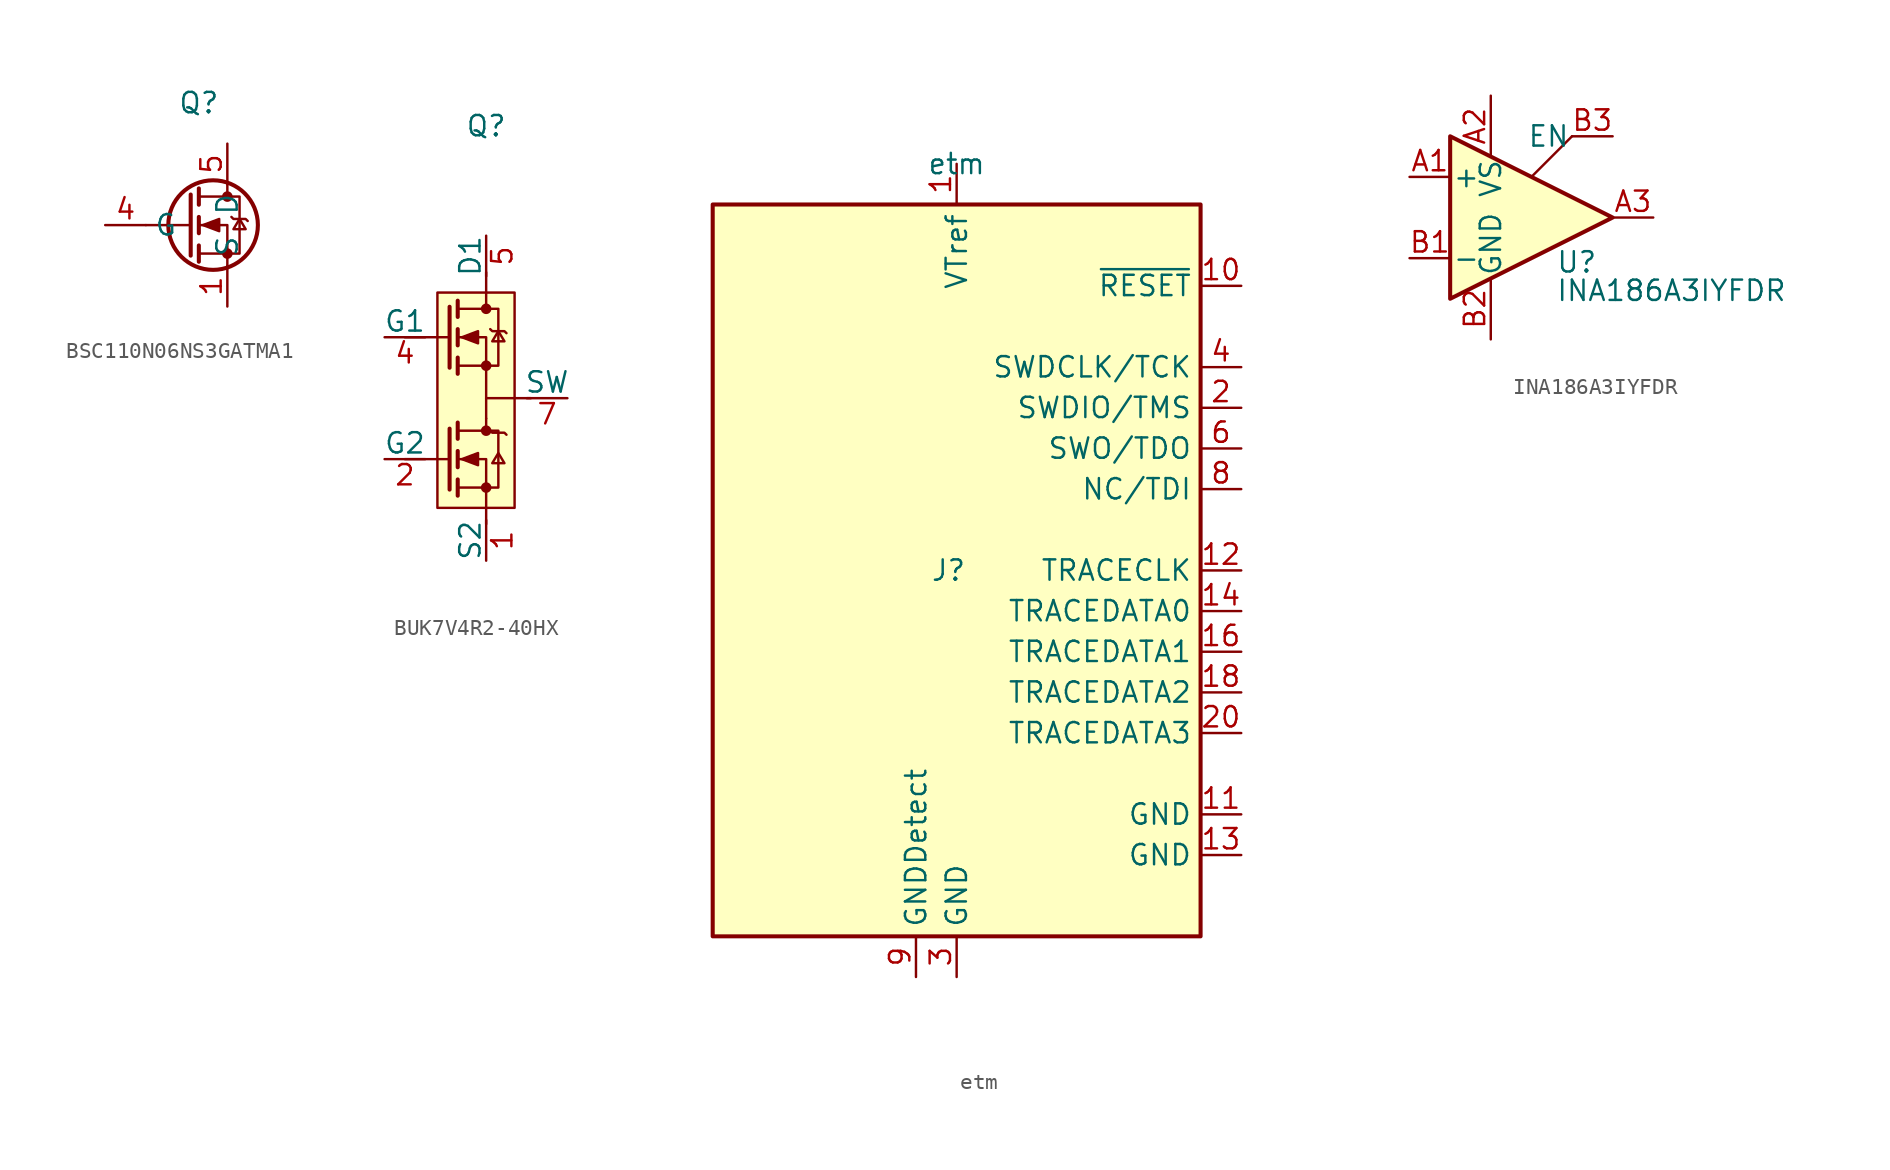
<source format=kicad_sym>
(kicad_symbol_lib
  (version 20241209)
  (generator "kicad_symbol_editor")
  (generator_version "9.0")
  (symbol "BSC110N06NS3GATMA1"
    (property "Reference" "Q"
      (at -1.778 7.62 0)
      (effects (font (size 1.27 1.27))))
    (property "Value" ""
      (at 0 0 0)
      (effects (font (size 1.27 1.27))))
    (symbol "BSC110N06NS3GATMA1_0_1"
      (polyline (pts (xy -2.286 1.905) (xy -2.286 -1.905)) (stroke (width 0.254) (type default)) (fill (type none)))
      (polyline (pts (xy -2.286 0) (xy -5.08 0)) (stroke (width 0) (type default)) (fill (type none)))
      (polyline (pts (xy -1.778 2.286) (xy -1.778 1.27)) (stroke (width 0.254) (type default)) (fill (type none)))
      (polyline (pts (xy -1.778 0.508) (xy -1.778 -0.508)) (stroke (width 0.254) (type default)) (fill (type none)))
      (polyline (pts (xy -1.778 -1.27) (xy -1.778 -2.286)) (stroke (width 0.254) (type default)) (fill (type none)))
      (polyline (pts (xy -1.778 -1.778) (xy 0.762 -1.778) (xy 0.762 1.778) (xy -1.778 1.778)) (stroke (width 0) (type default)) (fill (type none)))
      (polyline (pts (xy -1.524 0) (xy -0.508 0.381) (xy -0.508 -0.381) (xy -1.524 0)) (stroke (width 0) (type default)) (fill (type outline)))
      (circle (center -0.889 0) (radius 2.794) (stroke (width 0.254) (type default)) (fill (type none)))
      (polyline (pts (xy 0 2.54) (xy 0 1.778)) (stroke (width 0) (type default)) (fill (type none)))
      (circle (center 0 1.778) (radius 0.254) (stroke (width 0) (type default)) (fill (type outline)))
      (circle (center 0 -1.778) (radius 0.254) (stroke (width 0) (type default)) (fill (type outline)))
      (polyline (pts (xy 0 -2.54) (xy 0 0) (xy -1.778 0)) (stroke (width 0) (type default)) (fill (type none)))
      (polyline (pts (xy 0.254 0.508) (xy 0.381 0.381) (xy 1.143 0.381) (xy 1.27 0.254)) (stroke (width 0) (type default)) (fill (type none)))
      (polyline (pts (xy 0.762 0.381) (xy 0.381 -0.254) (xy 1.143 -0.254) (xy 0.762 0.381)) (stroke (width 0) (type default)) (fill (type none))))
    (symbol "BSC110N06NS3GATMA1_1_1"
      (pin passive line (at -7.62 0 0) (length 2.54) (name "G" (effects (font (size 1.27 1.27)))) (number "4" (effects (font (size 1.27 1.27)))))
      (pin passive line (at 0 5.08 270) (length 2.54) (name "D" (effects (font (size 1.27 1.27)))) (number "5" (effects (font (size 1.27 1.27)))))
      (pin passive line (at 0 -5.08 90) (length 2.54) (name "S" (effects (font (size 1.27 1.27)))) (number "1" (effects (font (size 1.27 1.27)))))
      (pin passive line (at 0 -5.08 90) (length 2.54) (hide yes) (name "S" (effects (font (size 1.27 1.27)))) (number "2" (effects (font (size 1.27 1.27)))))
      (pin passive line (at 0 -5.08 90) (length 2.54) (hide yes) (name "S" (effects (font (size 1.27 1.27)))) (number "3" (effects (font (size 1.27 1.27)))))))
  (symbol "BUK7V4R2-40HX"
    (pin_names
      (offset 0))
    (property "Reference" "Q"
      (at 0 5.588 0)
      (effects (font (size 1.27 1.27))))
    (property "Value" ""
      (at 0 0 0)
      (effects (font (size 1.27 1.27))))
    (symbol "BUK7V4R2-40HX_0_1"
      (polyline (pts (xy -2.286 -5.715) (xy -2.286 -9.525)) (stroke (width 0.254) (type default)) (fill (type none)))
      (polyline (pts (xy -2.286 -7.62) (xy -5.08 -7.62)) (stroke (width 0) (type default)) (fill (type none)))
      (polyline (pts (xy -2.286 -13.335) (xy -2.286 -17.145)) (stroke (width 0.254) (type default)) (fill (type none)))
      (polyline (pts (xy -2.286 -15.24) (xy -5.08 -15.24)) (stroke (width 0) (type default)) (fill (type none)))
      (polyline (pts (xy -1.778 -5.334) (xy -1.778 -6.35)) (stroke (width 0.254) (type default)) (fill (type none)))
      (polyline (pts (xy -1.778 -7.112) (xy -1.778 -8.128)) (stroke (width 0.254) (type default)) (fill (type none)))
      (polyline (pts (xy -1.778 -8.89) (xy -1.778 -9.906)) (stroke (width 0.254) (type default)) (fill (type none)))
      (polyline (pts (xy -1.778 -9.398) (xy 0.762 -9.398) (xy 0.762 -5.842) (xy -1.778 -5.842)) (stroke (width 0) (type default)) (fill (type none)))
      (polyline (pts (xy -1.778 -12.954) (xy -1.778 -13.97)) (stroke (width 0.254) (type default)) (fill (type none)))
      (polyline (pts (xy -1.778 -14.732) (xy -1.778 -15.748)) (stroke (width 0.254) (type default)) (fill (type none)))
      (polyline (pts (xy -1.778 -16.51) (xy -1.778 -17.526)) (stroke (width 0.254) (type default)) (fill (type none)))
      (polyline (pts (xy -1.778 -17.018) (xy 0.762 -17.018) (xy 0.762 -13.462) (xy -1.778 -13.462)) (stroke (width 0) (type default)) (fill (type none)))
      (polyline (pts (xy -1.524 -7.62) (xy -0.508 -7.239) (xy -0.508 -8.001) (xy -1.524 -7.62)) (stroke (width 0) (type default)) (fill (type outline)))
      (polyline (pts (xy -1.524 -15.24) (xy -0.508 -14.859) (xy -0.508 -15.621) (xy -1.524 -15.24)) (stroke (width 0) (type default)) (fill (type outline)))
      (polyline (pts (xy 0 -3.556) (xy 0 -5.842)) (stroke (width 0) (type default)) (fill (type none)))
      (circle (center 0 -5.842) (radius 0.254) (stroke (width 0) (type default)) (fill (type outline)))
      (circle (center 0 -9.398) (radius 0.254) (stroke (width 0) (type default)) (fill (type outline)))
      (polyline (pts (xy 0 -12.7) (xy 0 -13.462)) (stroke (width 0) (type default)) (fill (type none)))
      (polyline (pts (xy 0 -12.7) (xy 0 -7.62) (xy -1.778 -7.62)) (stroke (width 0) (type default)) (fill (type none)))
      (circle (center 0 -13.462) (radius 0.254) (stroke (width 0) (type default)) (fill (type outline)))
      (circle (center 0 -17.018) (radius 0.254) (stroke (width 0) (type default)) (fill (type outline)))
      (polyline (pts (xy 0 -19.304) (xy 0 -15.24) (xy -1.778 -15.24)) (stroke (width 0) (type default)) (fill (type none)))
      (polyline (pts (xy 0.254 -7.112) (xy 0.381 -7.239) (xy 1.143 -7.239) (xy 1.27 -7.366)) (stroke (width 0) (type default)) (fill (type none)))
      (polyline (pts (xy 0.254 -13.462) (xy 0.381 -13.589) (xy 1.143 -13.589) (xy 1.27 -13.716)) (stroke (width 0) (type default)) (fill (type none)))
      (polyline (pts (xy 0.762 -7.239) (xy 0.381 -7.874) (xy 1.143 -7.874) (xy 0.762 -7.239)) (stroke (width 0) (type default)) (fill (type none)))
      (polyline (pts (xy 0.762 -14.859) (xy 0.381 -15.494) (xy 1.143 -15.494) (xy 0.762 -14.859)) (stroke (width 0) (type default)) (fill (type none)))
      (polyline (pts (xy 2.794 -11.43) (xy 0 -11.43)) (stroke (width 0) (type default)) (fill (type none))))
    (symbol "BUK7V4R2-40HX_1_1"
      (rectangle (start -3.048 -4.826) (end 1.778 -18.288) (stroke (width 0) (type solid)) (fill (type background)))
      (pin input line (at -6.35 -7.62 0) (length 2.54) (name "G1" (effects (font (size 1.27 1.27)))) (number "4" (effects (font (size 1.27 1.27)))))
      (pin input line (at -6.35 -15.24 0) (length 2.54) (name "G2" (effects (font (size 1.27 1.27)))) (number "2" (effects (font (size 1.27 1.27)))))
      (pin passive line (at 0 -1.27 270) (length 2.54) (name "D1" (effects (font (size 1.27 1.27)))) (number "5" (effects (font (size 1.27 1.27)))))
      (pin passive line (at 0 -21.59 90) (length 2.54) (name "S2" (effects (font (size 1.27 1.27)))) (number "1" (effects (font (size 1.27 1.27)))))
      (pin passive line (at 5.08 -11.43 180) (length 2.54) (hide yes) (name "SW" (effects (font (size 1.27 1.27)))) (number "3" (effects (font (size 1.27 1.27)))))
      (pin passive line (at 5.08 -11.43 180) (length 2.54) (name "SW" (effects (font (size 1.27 1.27)))) (number "7" (effects (font (size 1.27 1.27)))))))
  (symbol "etm"
    (property "Reference" "J"
      (at -0.508 0 0)
      (effects (font (size 1.27 1.27))))
    (property "Value" "etm"
      (at 0 25.4 0)
      (effects (font (size 1.27 1.27))))
    (symbol "etm_0_0"
      (pin passive line (at -2.54 -25.4 90) (length 2.54) (name "GNDDetect" (effects (font (size 1.27 1.27)))) (number "9" (effects (font (size 1.27 1.27)))))
      (pin power_in line (at 0 -25.4 90) (length 2.54) (name "GND" (effects (font (size 1.27 1.27)))) (number "3" (effects (font (size 1.27 1.27)))))
      (pin open_collector line (at 17.78 17.78 180) (length 2.54) (name "~{RESET}" (effects (font (size 1.27 1.27)))) (number "10" (effects (font (size 1.27 1.27)))))
      (pin output line (at 17.78 12.7 180) (length 2.54) (name "SWDCLK/TCK" (effects (font (size 1.27 1.27)))) (number "4" (effects (font (size 1.27 1.27)))))
      (pin bidirectional line (at 17.78 10.16 180) (length 2.54) (name "SWDIO/TMS" (effects (font (size 1.27 1.27)))) (number "2" (effects (font (size 1.27 1.27)))))
      (pin input line (at 17.78 7.62 180) (length 2.54) (name "SWO/TDO" (effects (font (size 1.27 1.27)))) (number "6" (effects (font (size 1.27 1.27)))))
      (pin output line (at 17.78 5.08 180) (length 2.54) (name "NC/TDI" (effects (font (size 1.27 1.27)))) (number "8" (effects (font (size 1.27 1.27)))))
      (pin input line (at 17.78 0 180) (length 2.54) (name "TRACECLK" (effects (font (size 1.27 1.27)))) (number "12" (effects (font (size 1.27 1.27)))))
      (pin input line (at 17.78 -2.54 180) (length 2.54) (name "TRACEDATA0" (effects (font (size 1.27 1.27)))) (number "14" (effects (font (size 1.27 1.27)))))
      (pin input line (at 17.78 -5.08 180) (length 2.54) (name "TRACEDATA1" (effects (font (size 1.27 1.27)))) (number "16" (effects (font (size 1.27 1.27)))))
      (pin input line (at 17.78 -7.62 180) (length 2.54) (name "TRACEDATA2" (effects (font (size 1.27 1.27)))) (number "18" (effects (font (size 1.27 1.27)))))
      (pin input line (at 17.78 -10.16 180) (length 2.54) (name "TRACEDATA3" (effects (font (size 1.27 1.27)))) (number "20" (effects (font (size 1.27 1.27))))))
    (symbol "etm_1_0"
      (pin power_in line (at 0 25.4 270) (length 2.54) (name "VTref" (effects (font (size 1.27 1.27)))) (number "1" (effects (font (size 1.27 1.27)))))
      (pin passive line (at 0 -25.4 90) (length 2.54) (hide yes) (name "GND" (effects (font (size 1.27 1.27)))) (number "15" (effects (font (size 1.27 1.27)))))
      (pin passive line (at 0 -25.4 90) (length 2.54) (hide yes) (name "GND" (effects (font (size 1.27 1.27)))) (number "17" (effects (font (size 1.27 1.27)))))
      (pin passive line (at 0 -25.4 90) (length 2.54) (hide yes) (name "GND" (effects (font (size 1.27 1.27)))) (number "19" (effects (font (size 1.27 1.27)))))
      (pin passive line (at 0 -25.4 90) (length 2.54) (hide yes) (name "GND" (effects (font (size 1.27 1.27)))) (number "5" (effects (font (size 1.27 1.27)))))
      (pin passive line (at 17.78 -15.24 180) (length 2.54) (name "GND" (effects (font (size 1.27 1.27)))) (number "11" (effects (font (size 1.27 1.27)))) (alternate "TgtPwr+Cap" power_out line))
      (pin passive line (at 17.78 -17.78 180) (length 2.54) (name "GND" (effects (font (size 1.27 1.27)))) (number "13" (effects (font (size 1.27 1.27)))) (alternate "TgtPwr+Cap" power_out line)))
    (symbol "etm_1_1"
      (rectangle (start -15.24 22.86) (end 15.24 -22.86) (stroke (width 0.254) (type default)) (fill (type background)))))
  (symbol "INA186A3IYFDR"
    (pin_names
      (offset 0.127))
    (property "Reference" "U"
      (at 1.524 -2.794 0)
      (effects (font (size 1.27 1.27)) (justify left)))
    (property "Value" "INA186A3IYFDR"
      (at 1.524 -4.572 0)
      (effects (font (size 1.27 1.27)) (justify left)))
    (symbol "INA186A3IYFDR_0_1"
      (polyline (pts (xy -5.08 5.08) (xy 5.08 0) (xy -5.08 -5.08) (xy -5.08 5.08)) (stroke (width 0.254) (type default)) (fill (type background)))
      (polyline (pts (xy 2.54 5.08) (xy 0 2.54)) (stroke (width 0) (type default)) (fill (type none))))
    (symbol "INA186A3IYFDR_1_1"
      (pin input line (at -7.62 2.54 0) (length 2.54) (name "+" (effects (font (size 1.27 1.27)))) (number "A1" (effects (font (size 1.27 1.27)))))
      (pin input line (at -7.62 -2.54 0) (length 2.54) (name "-" (effects (font (size 1.27 1.27)))) (number "B1" (effects (font (size 1.27 1.27)))))
      (pin power_in line (at -2.54 7.62 270) (length 3.81) (name "VS" (effects (font (size 1.27 1.27)))) (number "A2" (effects (font (size 1.27 1.27)))))
      (pin power_in line (at -2.54 -7.62 90) (length 3.81) (name "GND" (effects (font (size 1.27 1.27)))) (number "B2" (effects (font (size 1.27 1.27)))))
      (pin output line (at 5.08 5.08 180) (length 2.54) (name "EN" (effects (font (size 1.27 1.27)))) (number "B3" (effects (font (size 1.27 1.27)))))
      (pin output line (at 7.62 0 180) (length 2.54) (name "" (effects (font (size 1.27 1.27)))) (number "A3" (effects (font (size 1.27 1.27))))))))
</source>
